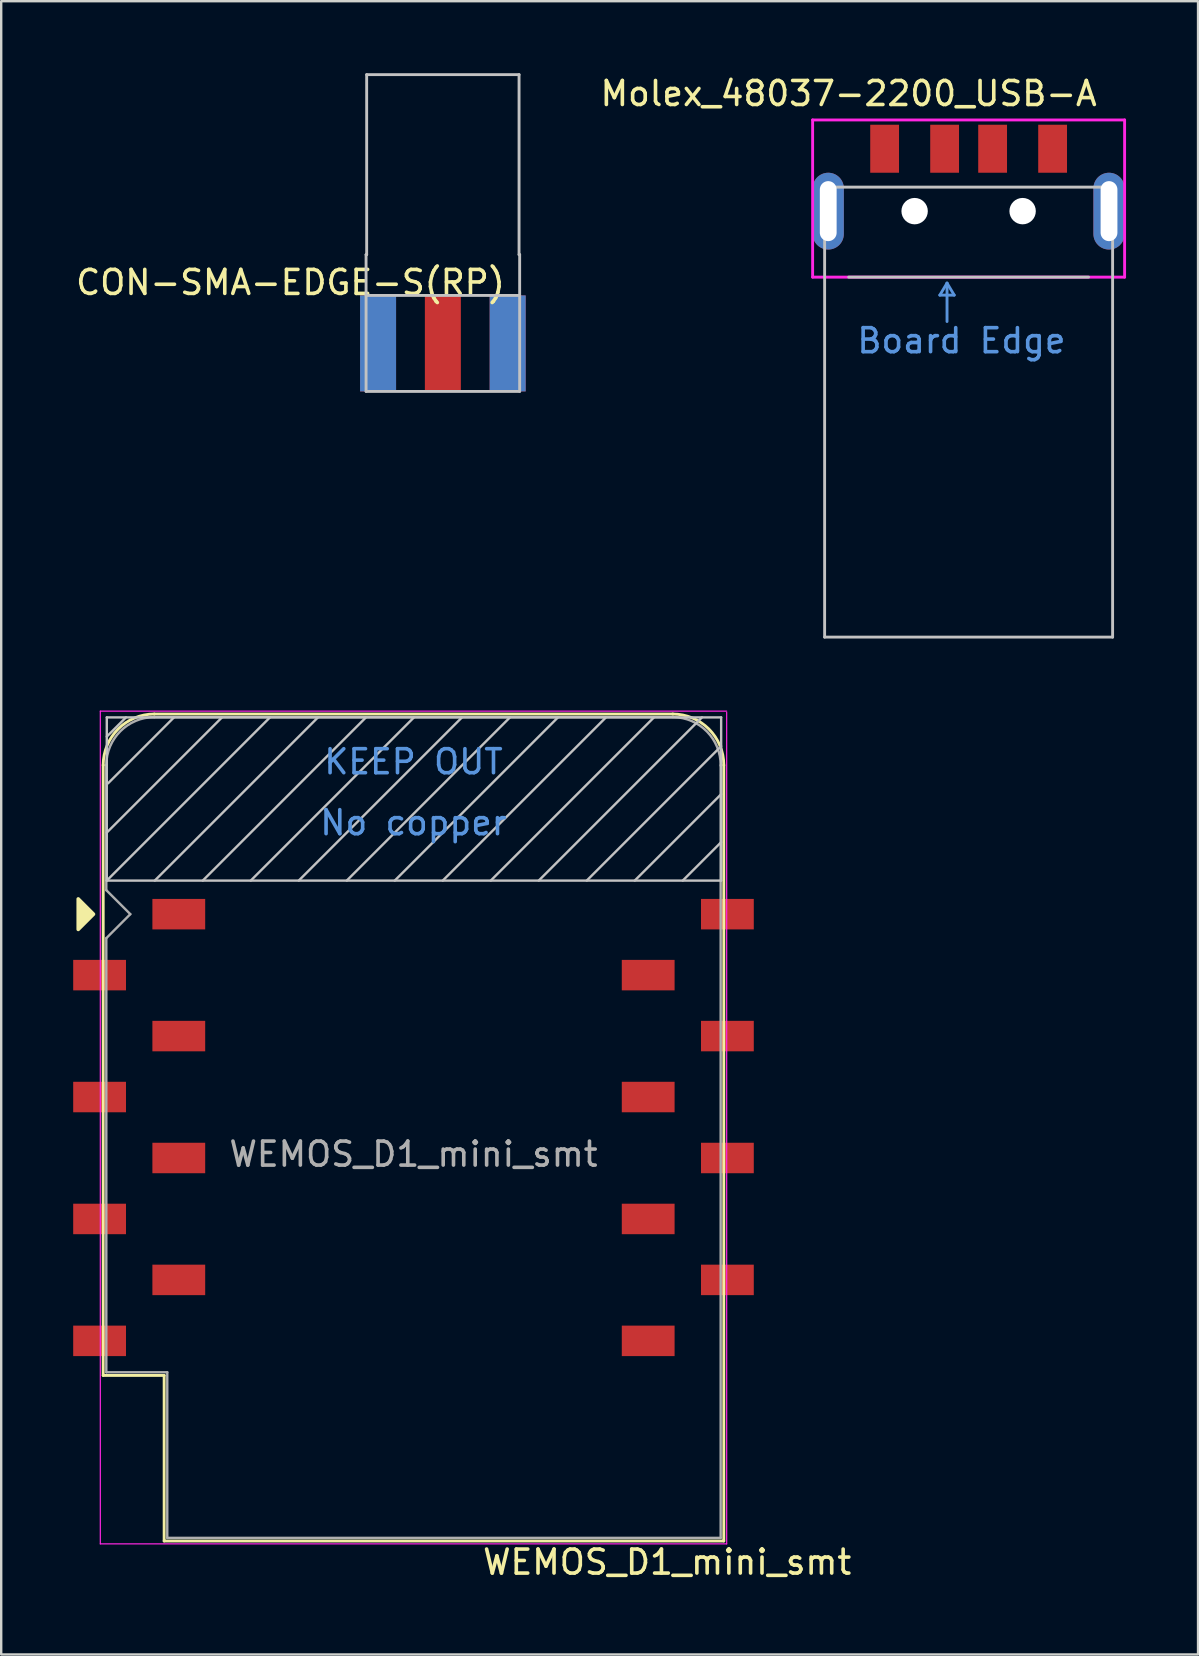
<source format=kicad_pcb>
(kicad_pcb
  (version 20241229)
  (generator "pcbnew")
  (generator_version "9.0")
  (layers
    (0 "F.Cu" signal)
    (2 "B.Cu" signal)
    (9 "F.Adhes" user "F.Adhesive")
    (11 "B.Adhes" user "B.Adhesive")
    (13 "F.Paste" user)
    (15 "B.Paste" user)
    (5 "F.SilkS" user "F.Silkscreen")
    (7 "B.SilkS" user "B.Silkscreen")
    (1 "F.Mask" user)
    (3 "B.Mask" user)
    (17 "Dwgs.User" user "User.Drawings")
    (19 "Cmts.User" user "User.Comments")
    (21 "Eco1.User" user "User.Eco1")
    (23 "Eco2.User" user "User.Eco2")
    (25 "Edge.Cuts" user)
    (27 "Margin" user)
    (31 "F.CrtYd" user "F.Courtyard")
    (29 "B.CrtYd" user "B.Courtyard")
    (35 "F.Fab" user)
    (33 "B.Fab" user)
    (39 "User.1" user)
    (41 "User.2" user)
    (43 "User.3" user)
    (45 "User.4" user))
  (footprint "WEMOS_D1_mini_smt"
    (layer "F.Cu")
    (at 2.75 35.043)
    (property "Reference" "WEMOS_D1_mini_smt" (at 22 27 0) (layer "F.SilkS") (effects (font (size 1 1) (thickness 0.15))))
    (attr through_hole)
    (fp_line (start -1.5 19.22) (end -1.5 -6.21) (stroke (width 0.12) (type solid)) (layer "F.SilkS"))
    (fp_line (start -1.5 19.22) (end 1.04 19.22) (stroke (width 0.12) (type solid)) (layer "F.SilkS"))
    (fp_line (start 1.04 19.22) (end 1.04 26.12) (stroke (width 0.12) (type solid)) (layer "F.SilkS"))
    (fp_line (start 1.04 26.12) (end 24.36 26.12) (stroke (width 0.12) (type solid)) (layer "F.SilkS"))
    (fp_line (start 22.24 -8.34) (end 0.63 -8.34) (stroke (width 0.12) (type solid)) (layer "F.SilkS"))
    (fp_line (start 24.36 26.12) (end 24.36 -6.21) (stroke (width 0.12) (type solid)) (layer "F.SilkS"))
    (fp_arc (start -1.5 -6.21) (mid -0.876137 -7.716137) (end 0.63 -8.34) (stroke (width 0.12) (type solid)) (layer "F.SilkS"))
    (fp_arc (start 22.23 -8.34) (mid 23.736137 -7.716137) (end 24.36 -6.21) (stroke (width 0.12) (type solid)) (layer "F.SilkS"))
    (fp_poly (pts (xy -2.54 -0.635) (xy -2.54 0.635) (xy -1.905 0)) (stroke (width 0.15) (type solid)) (fill yes) (layer "F.SilkS"))
    (fp_line (start -1.35 -8.2) (end -1.35 -1.4) (stroke (width 0.1) (type solid)) (layer "Dwgs.User"))
    (fp_line (start -1.35 -7.4) (end -0.55 -8.2) (stroke (width 0.1) (type solid)) (layer "Dwgs.User"))
    (fp_line (start -1.35 -3.4) (end 3.45 -8.2) (stroke (width 0.1) (type solid)) (layer "Dwgs.User"))
    (fp_line (start -1.35 -1.4) (end 5.45 -8.2) (stroke (width 0.1) (type solid)) (layer "Dwgs.User"))
    (fp_line (start -1.35 -1.4) (end 24.25 -1.4) (stroke (width 0.1) (type solid)) (layer "Dwgs.User"))
    (fp_line (start -1.3 -5.45) (end 1.45 -8.2) (stroke (width 0.1) (type solid)) (layer "Dwgs.User"))
    (fp_line (start 0.65 -1.4) (end 7.45 -8.2) (stroke (width 0.1) (type solid)) (layer "Dwgs.User"))
    (fp_line (start 2.65 -1.4) (end 9.45 -8.2) (stroke (width 0.1) (type solid)) (layer "Dwgs.User"))
    (fp_line (start 4.65 -1.4) (end 11.45 -8.2) (stroke (width 0.1) (type solid)) (layer "Dwgs.User"))
    (fp_line (start 6.65 -1.4) (end 13.45 -8.2) (stroke (width 0.1) (type solid)) (layer "Dwgs.User"))
    (fp_line (start 8.65 -1.4) (end 15.45 -8.2) (stroke (width 0.1) (type solid)) (layer "Dwgs.User"))
    (fp_line (start 10.65 -1.4) (end 17.45 -8.2) (stroke (width 0.1) (type solid)) (layer "Dwgs.User"))
    (fp_line (start 12.65 -1.4) (end 19.45 -8.2) (stroke (width 0.1) (type solid)) (layer "Dwgs.User"))
    (fp_line (start 14.65 -1.4) (end 21.45 -8.2) (stroke (width 0.1) (type solid)) (layer "Dwgs.User"))
    (fp_line (start 16.65 -1.4) (end 23.45 -8.2) (stroke (width 0.1) (type solid)) (layer "Dwgs.User"))
    (fp_line (start 18.65 -1.4) (end 24.25 -7) (stroke (width 0.1) (type solid)) (layer "Dwgs.User"))
    (fp_line (start 20.65 -1.4) (end 24.25 -5) (stroke (width 0.1) (type solid)) (layer "Dwgs.User"))
    (fp_line (start 22.65 -1.4) (end 24.25 -3) (stroke (width 0.1) (type solid)) (layer "Dwgs.User"))
    (fp_line (start 24.25 -8.2) (end -1.35 -8.2) (stroke (width 0.1) (type solid)) (layer "Dwgs.User"))
    (fp_line (start 24.25 -1.4) (end 24.25 -8.2) (stroke (width 0.1) (type solid)) (layer "Dwgs.User"))
    (fp_line (start -1.62 -8.46) (end 24.48 -8.46) (stroke (width 0.05) (type solid)) (layer "F.CrtYd"))
    (fp_line (start -1.62 26.24) (end -1.62 -8.46) (stroke (width 0.05) (type solid)) (layer "F.CrtYd"))
    (fp_line (start 24.48 -8.41) (end 24.48 26.24) (stroke (width 0.05) (type solid)) (layer "F.CrtYd"))
    (fp_line (start 24.48 26.24) (end -1.62 26.24) (stroke (width 0.05) (type solid)) (layer "F.CrtYd"))
    (fp_line (start -1.37 -6.21) (end -1.37 -1) (stroke (width 0.1) (type solid)) (layer "F.Fab"))
    (fp_line (start -1.37 1) (end -1.37 19.09) (stroke (width 0.1) (type solid)) (layer "F.Fab"))
    (fp_line (start -1.37 1) (end -0.37 0) (stroke (width 0.1) (type solid)) (layer "F.Fab"))
    (fp_line (start -1.37 19.09) (end 1.17 19.09) (stroke (width 0.1) (type solid)) (layer "F.Fab"))
    (fp_line (start -0.37 0) (end -1.37 -1) (stroke (width 0.1) (type solid)) (layer "F.Fab"))
    (fp_line (start 1.17 19.09) (end 1.17 25.99) (stroke (width 0.1) (type solid)) (layer "F.Fab"))
    (fp_line (start 1.17 25.99) (end 24.23 25.99) (stroke (width 0.1) (type solid)) (layer "F.Fab"))
    (fp_line (start 22.23 -8.21) (end 0.63 -8.21) (stroke (width 0.1) (type solid)) (layer "F.Fab"))
    (fp_line (start 24.23 25.99) (end 24.23 -6.21) (stroke (width 0.1) (type solid)) (layer "F.Fab"))
    (fp_arc (start -1.37 -6.21) (mid -0.784214 -7.624214) (end 0.63 -8.21) (stroke (width 0.1) (type solid)) (layer "F.Fab"))
    (fp_arc (start 22.25 -8.21) (mid 23.658356 -7.610071) (end 24.23 -6.19) (stroke (width 0.1) (type solid)) (layer "F.Fab"))
    (fp_text user "No copper" (at 11.43 -3.81 0) (layer "Cmts.User") (effects (font (size 1 1) (thickness 0.15))))
    (fp_text user "KEEP OUT" (at 11.43 -6.35 0) (layer "Cmts.User") (effects (font (size 1 1) (thickness 0.15))))
    (fp_text user "${REFERENCE}" (at 11.43 10 0) (layer "F.Fab") (effects (font (size 1 1) (thickness 0.15))))
    (pad "1" smd rect (at 1.65 0 90) (size 1.27 2.2) (layers "F.Cu" "F.Mask" "F.Paste"))
    (pad "2" smd rect (at -1.65 2.54 90) (size 1.27 2.2) (layers "F.Cu" "F.Mask" "F.Paste"))
    (pad "3" smd rect (at 1.65 5.08 90) (size 1.27 2.2) (layers "F.Cu" "F.Mask" "F.Paste"))
    (pad "4" smd rect (at -1.65 7.62 90) (size 1.27 2.2) (layers "F.Cu" "F.Mask" "F.Paste"))
    (pad "5" smd rect (at 1.65 10.16 90) (size 1.27 2.2) (layers "F.Cu" "F.Mask" "F.Paste"))
    (pad "6" smd rect (at -1.65 12.7 90) (size 1.27 2.2) (layers "F.Cu" "F.Mask" "F.Paste"))
    (pad "7" smd rect (at 1.65 15.24 90) (size 1.27 2.2) (layers "F.Cu" "F.Mask" "F.Paste"))
    (pad "8" smd rect (at -1.65 17.78 90) (size 1.27 2.2) (layers "F.Cu" "F.Mask" "F.Paste"))
    (pad "9" smd rect (at 21.21 17.78 90) (size 1.27 2.2) (layers "F.Cu" "F.Mask" "F.Paste"))
    (pad "10" smd rect (at 24.51 15.24 90) (size 1.27 2.2) (layers "F.Cu" "F.Mask" "F.Paste"))
    (pad "11" smd rect (at 21.21 12.7 90) (size 1.27 2.2) (layers "F.Cu" "F.Mask" "F.Paste"))
    (pad "12" smd rect (at 24.51 10.16 90) (size 1.27 2.2) (layers "F.Cu" "F.Mask" "F.Paste"))
    (pad "13" smd rect (at 21.21 7.62 90) (size 1.27 2.2) (layers "F.Cu" "F.Mask" "F.Paste"))
    (pad "14" smd rect (at 24.51 5.08 90) (size 1.27 2.2) (layers "F.Cu" "F.Mask" "F.Paste"))
    (pad "15" smd rect (at 21.21 2.54 90) (size 1.27 2.2) (layers "F.Cu" "F.Mask" "F.Paste"))
    (pad "16" smd rect (at 24.51 0 90) (size 1.27 2.2) (layers "F.Cu" "F.Mask" "F.Paste")))
  (footprint "Molex_48037-2200_USB-A"
    (layer "F.Cu")
    (at 37.312 5.748)
    (property "Reference" "Molex_48037-2200_USB-A" (at -5 -4.9 0) (layer "F.SilkS") (effects (font (size 1 1) (thickness 0.15))))
    (attr through_hole)
    (fp_line (start -6 -1) (end -6 17.75) (stroke (width 0.12) (type solid)) (layer "Dwgs.User"))
    (fp_line (start -6 17.75) (end 6 17.75) (stroke (width 0.12) (type solid)) (layer "Dwgs.User"))
    (fp_line (start -5 2.75) (end 5 2.75) (stroke (width 0.12) (type solid)) (layer "Dwgs.User"))
    (fp_line (start 6 -1) (end -6 -1) (stroke (width 0.12) (type solid)) (layer "Dwgs.User"))
    (fp_line (start 6 17.75) (end 6 -1) (stroke (width 0.12) (type solid)) (layer "Dwgs.User"))
    (fp_line (start -1.2 3.5) (end -0.6 3.5) (stroke (width 0.12) (type solid)) (layer "Cmts.User"))
    (fp_line (start -0.9 3) (end -1.2 3.5) (stroke (width 0.12) (type solid)) (layer "Cmts.User"))
    (fp_line (start -0.9 4.6) (end -0.9 3) (stroke (width 0.12) (type solid)) (layer "Cmts.User"))
    (fp_line (start -0.6 3.5) (end -0.9 3) (stroke (width 0.12) (type solid)) (layer "Cmts.User"))
    (fp_line (start -6.5 -3.8) (end 6.5 -3.8) (stroke (width 0.12) (type solid)) (layer "F.CrtYd"))
    (fp_line (start -6.5 2.75) (end -6.5 -3.8) (stroke (width 0.12) (type solid)) (layer "F.CrtYd"))
    (fp_line (start 6.5 -3.8) (end 6.5 2.75) (stroke (width 0.12) (type solid)) (layer "F.CrtYd"))
    (fp_line (start 6.5 2.75) (end -6.5 2.75) (stroke (width 0.12) (type solid)) (layer "F.CrtYd"))
    (fp_text user "Board Edge" (at -0.3 5.4 0) (layer "Cmts.User") (effects (font (size 1 1) (thickness 0.15))))
    (pad "" np_thru_hole circle (at -2.25 0) (size 1.1 1.1) (drill 1.1) (layers "*.Mask" "F.Cu"))
    (pad "" np_thru_hole circle (at 2.25 0) (size 1.1 1.1) (drill 1.1) (layers "*.Cu" "*.Mask"))
    (pad "1" connect rect (at 3.5 -2.6) (size 1.2 2) (layers "F.Cu" "F.Mask"))
    (pad "2" connect rect (at 1 -2.6) (size 1.2 2) (layers "F.Cu" "F.Mask"))
    (pad "3" connect rect (at -1 -2.6) (size 1.2 2) (layers "F.Cu" "F.Mask"))
    (pad "4" connect rect (at -3.5 -2.6) (size 1.2 2) (layers "F.Cu" "F.Mask"))
    (pad "5" thru_hole oval (at -5.85 0) (size 1.3 3.2) (drill oval 0.7 2.5) (layers "*.Cu" "*.Mask"))
    (pad "5" thru_hole oval (at 5.85 0) (size 1.3 3.2) (drill oval 0.7 2.5) (layers "*.Cu" "*.Mask")))
  (footprint "CON-SMA-EDGE-S(RP)"
    (layer "F.Cu")
    (at 15.404 11.26)
    (property "Reference" "CON-SMA-EDGE-S(RP)" (at -6.35 -2.54 0) (layer "F.SilkS") (effects (font (size 1 1) (thickness 0.15))))
    (attr through_hole)
    (fp_line (start -3.2 -3.7) (end -3.175 -3.7) (stroke (width 0.12) (type solid)) (layer "Dwgs.User"))
    (fp_line (start -3.2 -2) (end 3.2 -2) (stroke (width 0.12) (type solid)) (layer "Dwgs.User"))
    (fp_line (start -3.2 2) (end -3.2 -3.7) (stroke (width 0.12) (type solid)) (layer "Dwgs.User"))
    (fp_line (start -3.175 -11.2) (end 3.175 -11.2) (stroke (width 0.12) (type solid)) (layer "Dwgs.User"))
    (fp_line (start -3.175 -3.7) (end -3.175 -11.2) (stroke (width 0.12) (type solid)) (layer "Dwgs.User"))
    (fp_line (start 3.175 -11.2) (end 3.175 -3.7) (stroke (width 0.12) (type solid)) (layer "Dwgs.User"))
    (fp_line (start 3.175 -3.7) (end 3.2 -3.7) (stroke (width 0.12) (type solid)) (layer "Dwgs.User"))
    (fp_line (start 3.2 -3.7) (end 3.2 2) (stroke (width 0.12) (type solid)) (layer "Dwgs.User"))
    (fp_line (start 3.2 2) (end -3.2 2) (stroke (width 0.12) (type solid)) (layer "Dwgs.User"))
    (pad "1" connect rect (at 0 0) (size 1.5 4) (layers "F.Cu" "F.Mask"))
    (pad "2" connect rect (at -2.7 0) (size 1.5 4) (layers "F.Cu" "F.Mask"))
    (pad "2" connect rect (at -2.7 0) (size 1.5 4) (layers "B.Cu" "B.Mask"))
    (pad "2" connect rect (at 2.7 0) (size 1.5 4) (layers "F.Cu" "F.Mask"))
    (pad "2" connect rect (at 2.7 0) (size 1.5 4) (layers "B.Cu" "B.Mask")))
  (gr_rect
    (start -3 -3)
    (end 46.872 65.891)
    (stroke (width 0.1) (type default))
    (fill no)
    (layer "Edge.Cuts")))
</source>
